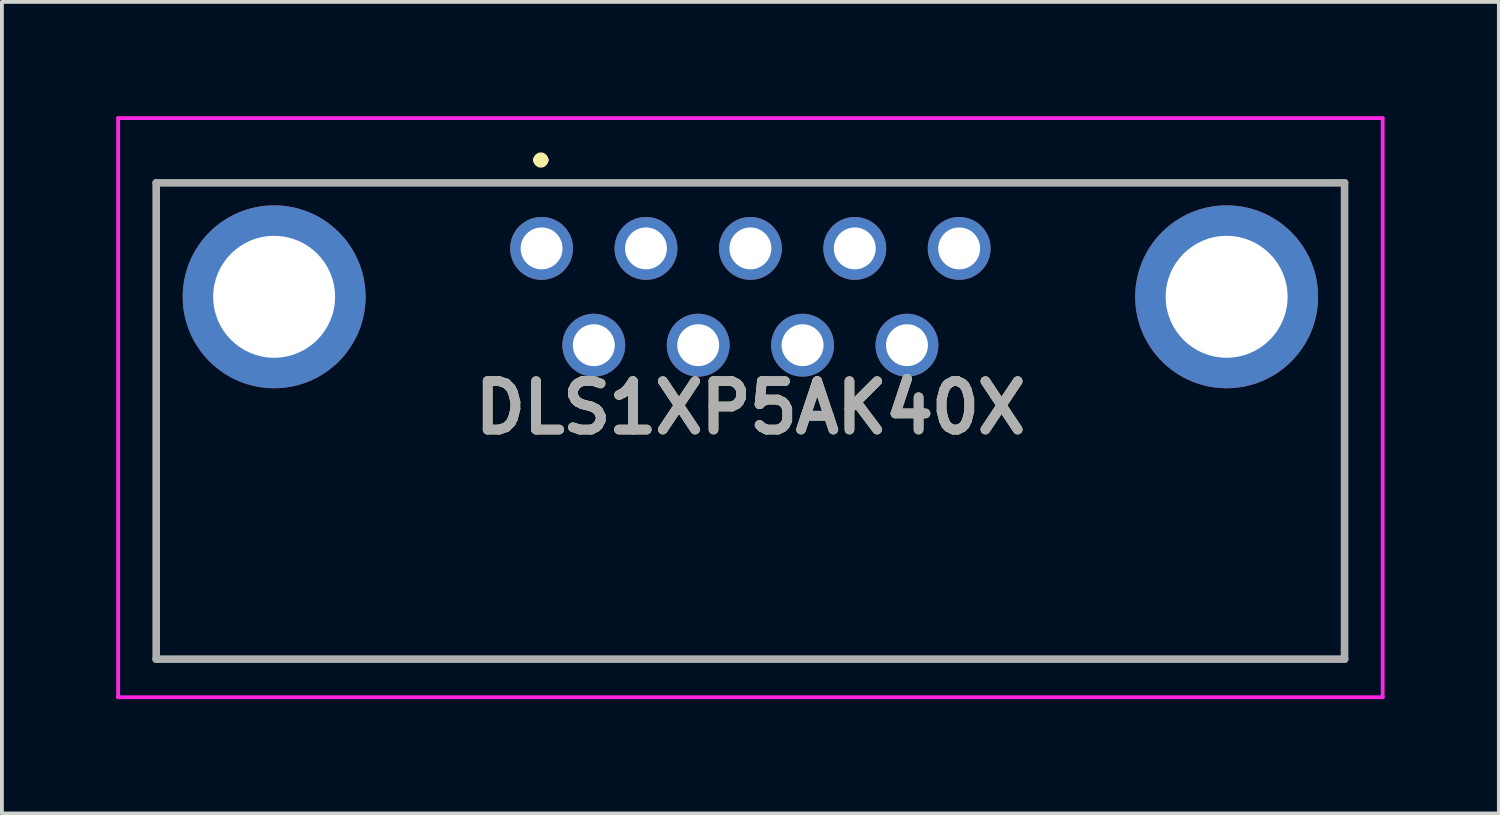
<source format=kicad_pcb>
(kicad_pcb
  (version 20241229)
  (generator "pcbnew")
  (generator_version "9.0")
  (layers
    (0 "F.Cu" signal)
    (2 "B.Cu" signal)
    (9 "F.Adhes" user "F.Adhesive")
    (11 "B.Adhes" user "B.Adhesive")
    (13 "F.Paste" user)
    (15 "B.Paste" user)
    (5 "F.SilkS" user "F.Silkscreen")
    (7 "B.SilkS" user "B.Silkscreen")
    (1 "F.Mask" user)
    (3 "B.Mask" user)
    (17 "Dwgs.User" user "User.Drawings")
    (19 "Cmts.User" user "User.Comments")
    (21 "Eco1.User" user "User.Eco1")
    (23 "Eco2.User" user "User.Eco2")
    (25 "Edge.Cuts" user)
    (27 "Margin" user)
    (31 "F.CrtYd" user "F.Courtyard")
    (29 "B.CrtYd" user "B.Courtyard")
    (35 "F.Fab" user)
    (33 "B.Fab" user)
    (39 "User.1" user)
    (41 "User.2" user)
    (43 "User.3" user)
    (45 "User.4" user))
  (footprint "DLS1XP5AK40X"
    (layer "F.Cu")
    (at 16.645 7.65)
    (property "Reference" "DLS1XP5AK40X" (at 0 0 0) (layer "F.SilkS") (effects (font (size 1.27 1.27) (thickness 0.254))))
    (attr through_hole)
    (fp_line (start -15.595 -5.9) (end 15.595 -5.9) (stroke (width 0.1) (type solid)) (layer "F.SilkS"))
    (fp_line (start -15.595 6.6) (end -15.595 -5.9) (stroke (width 0.1) (type solid)) (layer "F.SilkS"))
    (fp_line (start -5.6 -6.5) (end -5.6 -6.5) (stroke (width 0.2) (type solid)) (layer "F.SilkS"))
    (fp_line (start -5.4 -6.5) (end -5.4 -6.5) (stroke (width 0.2) (type solid)) (layer "F.SilkS"))
    (fp_line (start 15.595 -5.9) (end 15.595 6.6) (stroke (width 0.1) (type solid)) (layer "F.SilkS"))
    (fp_line (start 15.595 6.6) (end -15.595 6.6) (stroke (width 0.1) (type solid)) (layer "F.SilkS"))
    (fp_arc (start -5.6 -6.5) (mid -5.5 -6.6) (end -5.4 -6.5) (stroke (width 0.2) (type solid)) (layer "F.SilkS"))
    (fp_arc (start -5.4 -6.5) (mid -5.5 -6.4) (end -5.6 -6.5) (stroke (width 0.2) (type solid)) (layer "F.SilkS"))
    (fp_line (start -16.595 -7.6) (end 16.595 -7.6) (stroke (width 0.1) (type solid)) (layer "F.CrtYd"))
    (fp_line (start -16.595 7.6) (end -16.595 -7.6) (stroke (width 0.1) (type solid)) (layer "F.CrtYd"))
    (fp_line (start 16.595 -7.6) (end 16.595 7.6) (stroke (width 0.1) (type solid)) (layer "F.CrtYd"))
    (fp_line (start 16.595 7.6) (end -16.595 7.6) (stroke (width 0.1) (type solid)) (layer "F.CrtYd"))
    (fp_line (start -15.595 -5.9) (end 15.595 -5.9) (stroke (width 0.2) (type solid)) (layer "F.Fab"))
    (fp_line (start -15.595 6.6) (end -15.595 -5.9) (stroke (width 0.2) (type solid)) (layer "F.Fab"))
    (fp_line (start 15.595 -5.9) (end 15.595 6.6) (stroke (width 0.2) (type solid)) (layer "F.Fab"))
    (fp_line (start 15.595 6.6) (end -15.595 6.6) (stroke (width 0.2) (type solid)) (layer "F.Fab"))
    (fp_text user "${REFERENCE}" (at 0 0 0) (layer "F.Fab") (effects (font (size 1.27 1.27) (thickness 0.254))))
    (pad "1" thru_hole circle (at -5.48 -4.18) (size 1.65 1.65) (drill 1.1) (layers "*.Cu" "*.Mask"))
    (pad "2" thru_hole circle (at -2.74 -4.18) (size 1.65 1.65) (drill 1.1) (layers "*.Cu" "*.Mask"))
    (pad "3" thru_hole circle (at 0 -4.18) (size 1.65 1.65) (drill 1.1) (layers "*.Cu" "*.Mask"))
    (pad "4" thru_hole circle (at 2.74 -4.18) (size 1.65 1.65) (drill 1.1) (layers "*.Cu" "*.Mask"))
    (pad "5" thru_hole circle (at 5.48 -4.18) (size 1.65 1.65) (drill 1.1) (layers "*.Cu" "*.Mask"))
    (pad "6" thru_hole circle (at -4.11 -1.64) (size 1.65 1.65) (drill 1.1) (layers "*.Cu" "*.Mask"))
    (pad "7" thru_hole circle (at -1.37 -1.64) (size 1.65 1.65) (drill 1.1) (layers "*.Cu" "*.Mask"))
    (pad "8" thru_hole circle (at 1.37 -1.64) (size 1.65 1.65) (drill 1.1) (layers "*.Cu" "*.Mask"))
    (pad "9" thru_hole circle (at 4.11 -1.64) (size 1.65 1.65) (drill 1.1) (layers "*.Cu" "*.Mask"))
    (pad "10" thru_hole circle (at -12.5 -2.91) (size 4.8 4.8) (drill 3.2) (layers "*.Cu" "*.Mask"))
    (pad "11" thru_hole circle (at 12.5 -2.91) (size 4.8 4.8) (drill 3.2) (layers "*.Cu" "*.Mask")))
  (gr_rect
    (start -3 -3)
    (end 36.29 18.3)
    (stroke (width 0.1) (type default))
    (fill no)
    (layer "Edge.Cuts")))
</source>
